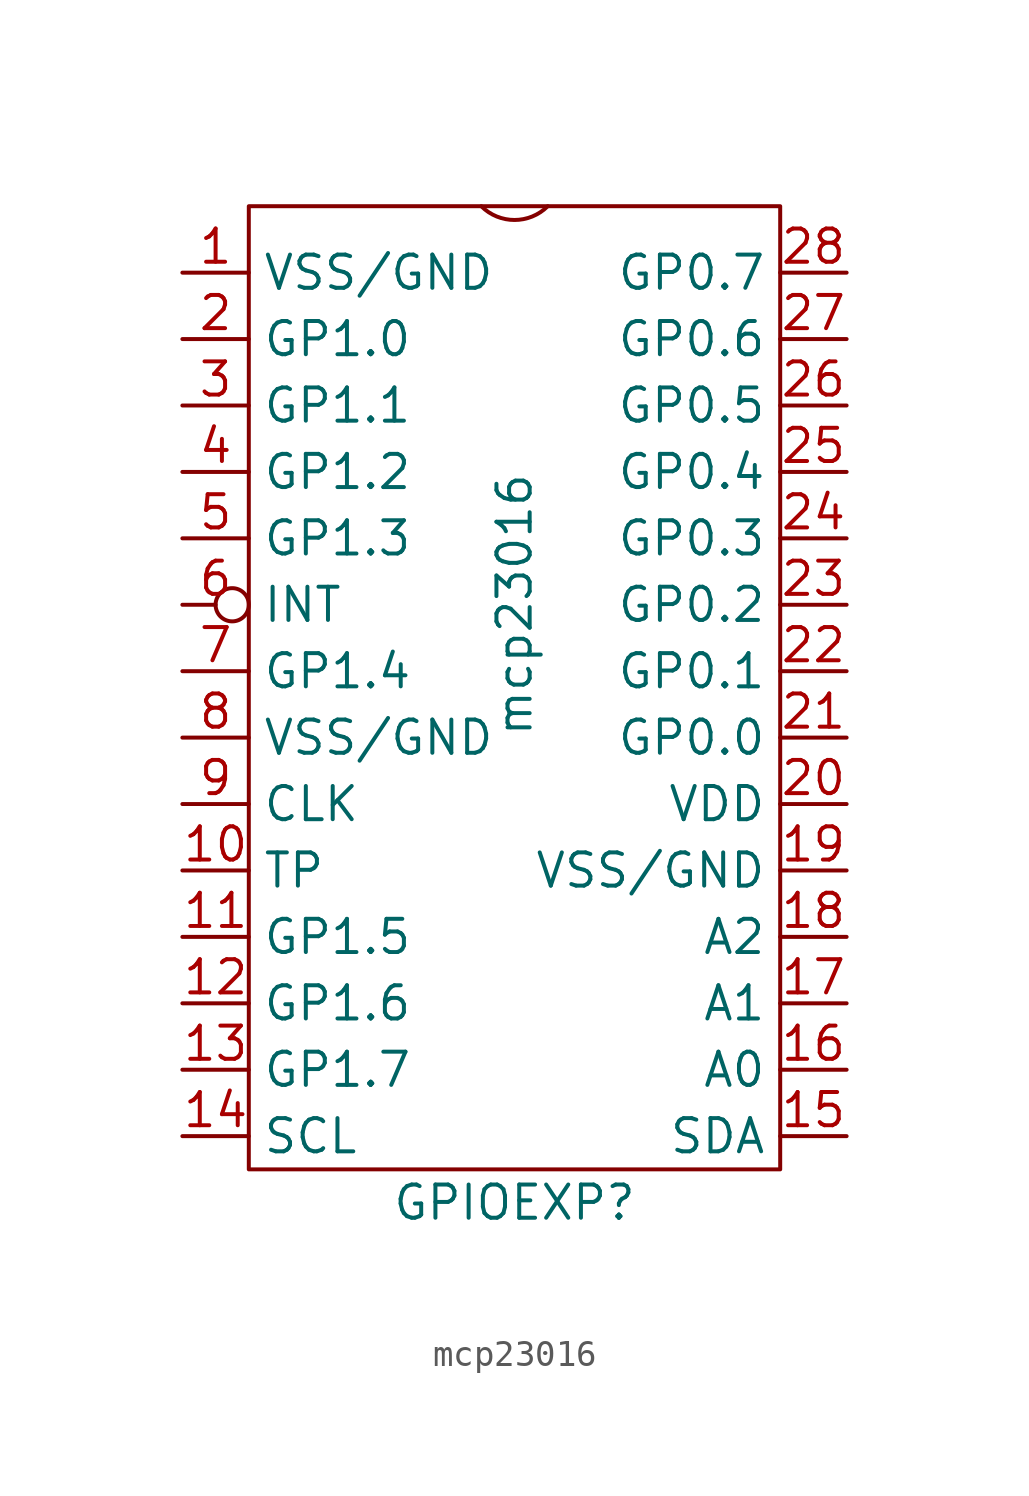
<source format=kicad_sym>
(kicad_symbol_lib
  (version 20211014)
  (generator kicad_symbol_editor)
  (symbol "mcp23016"
    (property "Reference" "GPIOEXP"
      (at 0 -38.1 0)
      (effects (font (size 1.27 1.27))))
    (property "Value" "mcp23016"
      (at 0 -15.24 90)
      (effects (font (size 1.27 1.27))))
    (symbol "mcp23016_0_1"
      (rectangle (start -10.16 0) (end 10.16 -36.83) (stroke (width 0) (type default) (color 0 0 0 0)) (fill (type none)))
      (arc (start -1.27 -0.0001) (mid 0 -0.5261) (end 1.27 -0.0001) (stroke (width 0) (type default) (color 0 0 0 0)) (fill (type none))))
    (symbol "mcp23016_1_1"
      (pin power_in line (at -12.7 -2.54 0) (length 2.54) (name "VSS/GND" (effects (font (size 1.27 1.27)))) (number "1" (effects (font (size 1.27 1.27)))))
      (pin passive line (at -12.7 -25.4 0) (length 2.54) (name "TP" (effects (font (size 1.27 1.27)))) (number "10" (effects (font (size 1.27 1.27)))))
      (pin bidirectional line (at -12.7 -27.94 0) (length 2.54) (name "GP1.5" (effects (font (size 1.27 1.27)))) (number "11" (effects (font (size 1.27 1.27)))))
      (pin bidirectional line (at -12.7 -30.48 0) (length 2.54) (name "GP1.6" (effects (font (size 1.27 1.27)))) (number "12" (effects (font (size 1.27 1.27)))))
      (pin bidirectional line (at -12.7 -33.02 0) (length 2.54) (name "GP1.7" (effects (font (size 1.27 1.27)))) (number "13" (effects (font (size 1.27 1.27)))))
      (pin input line (at -12.7 -35.56 0) (length 2.54) (name "SCL" (effects (font (size 1.27 1.27)))) (number "14" (effects (font (size 1.27 1.27)))))
      (pin bidirectional line (at 12.7 -35.56 180) (length 2.54) (name "SDA" (effects (font (size 1.27 1.27)))) (number "15" (effects (font (size 1.27 1.27)))))
      (pin input line (at 12.7 -33.02 180) (length 2.54) (name "A0" (effects (font (size 1.27 1.27)))) (number "16" (effects (font (size 1.27 1.27)))))
      (pin input line (at 12.7 -30.48 180) (length 2.54) (name "A1" (effects (font (size 1.27 1.27)))) (number "17" (effects (font (size 1.27 1.27)))))
      (pin input line (at 12.7 -27.94 180) (length 2.54) (name "A2" (effects (font (size 1.27 1.27)))) (number "18" (effects (font (size 1.27 1.27)))))
      (pin power_in line (at 12.7 -25.4 180) (length 2.54) (name "VSS/GND" (effects (font (size 1.27 1.27)))) (number "19" (effects (font (size 1.27 1.27)))))
      (pin bidirectional line (at -12.7 -5.08 0) (length 2.54) (name "GP1.0" (effects (font (size 1.27 1.27)))) (number "2" (effects (font (size 1.27 1.27)))))
      (pin power_in line (at 12.7 -22.86 180) (length 2.54) (name "VDD" (effects (font (size 1.27 1.27)))) (number "20" (effects (font (size 1.27 1.27)))))
      (pin bidirectional line (at 12.7 -20.32 180) (length 2.54) (name "GP0.0" (effects (font (size 1.27 1.27)))) (number "21" (effects (font (size 1.27 1.27)))))
      (pin bidirectional line (at 12.7 -17.78 180) (length 2.54) (name "GP0.1" (effects (font (size 1.27 1.27)))) (number "22" (effects (font (size 1.27 1.27)))))
      (pin bidirectional line (at 12.7 -15.24 180) (length 2.54) (name "GP0.2" (effects (font (size 1.27 1.27)))) (number "23" (effects (font (size 1.27 1.27)))))
      (pin bidirectional line (at 12.7 -12.7 180) (length 2.54) (name "GP0.3" (effects (font (size 1.27 1.27)))) (number "24" (effects (font (size 1.27 1.27)))))
      (pin bidirectional line (at 12.7 -10.16 180) (length 2.54) (name "GP0.4" (effects (font (size 1.27 1.27)))) (number "25" (effects (font (size 1.27 1.27)))))
      (pin bidirectional line (at 12.7 -7.62 180) (length 2.54) (name "GP0.5" (effects (font (size 1.27 1.27)))) (number "26" (effects (font (size 1.27 1.27)))))
      (pin bidirectional line (at 12.7 -5.08 180) (length 2.54) (name "GP0.6" (effects (font (size 1.27 1.27)))) (number "27" (effects (font (size 1.27 1.27)))))
      (pin bidirectional line (at 12.7 -2.54 180) (length 2.54) (name "GP0.7" (effects (font (size 1.27 1.27)))) (number "28" (effects (font (size 1.27 1.27)))))
      (pin bidirectional line (at -12.7 -7.62 0) (length 2.54) (name "GP1.1" (effects (font (size 1.27 1.27)))) (number "3" (effects (font (size 1.27 1.27)))))
      (pin bidirectional line (at -12.7 -10.16 0) (length 2.54) (name "GP1.2" (effects (font (size 1.27 1.27)))) (number "4" (effects (font (size 1.27 1.27)))))
      (pin bidirectional line (at -12.7 -12.7 0) (length 2.54) (name "GP1.3" (effects (font (size 1.27 1.27)))) (number "5" (effects (font (size 1.27 1.27)))))
      (pin output inverted (at -12.7 -15.24 0) (length 2.54) (name "INT" (effects (font (size 1.27 1.27)))) (number "6" (effects (font (size 1.27 1.27)))))
      (pin bidirectional line (at -12.7 -17.78 0) (length 2.54) (name "GP1.4" (effects (font (size 1.27 1.27)))) (number "7" (effects (font (size 1.27 1.27)))))
      (pin power_in line (at -12.7 -20.32 0) (length 2.54) (name "VSS/GND" (effects (font (size 1.27 1.27)))) (number "8" (effects (font (size 1.27 1.27)))))
      (pin input line (at -12.7 -22.86 0) (length 2.54) (name "CLK" (effects (font (size 1.27 1.27)))) (number "9" (effects (font (size 1.27 1.27))))))))
</source>
